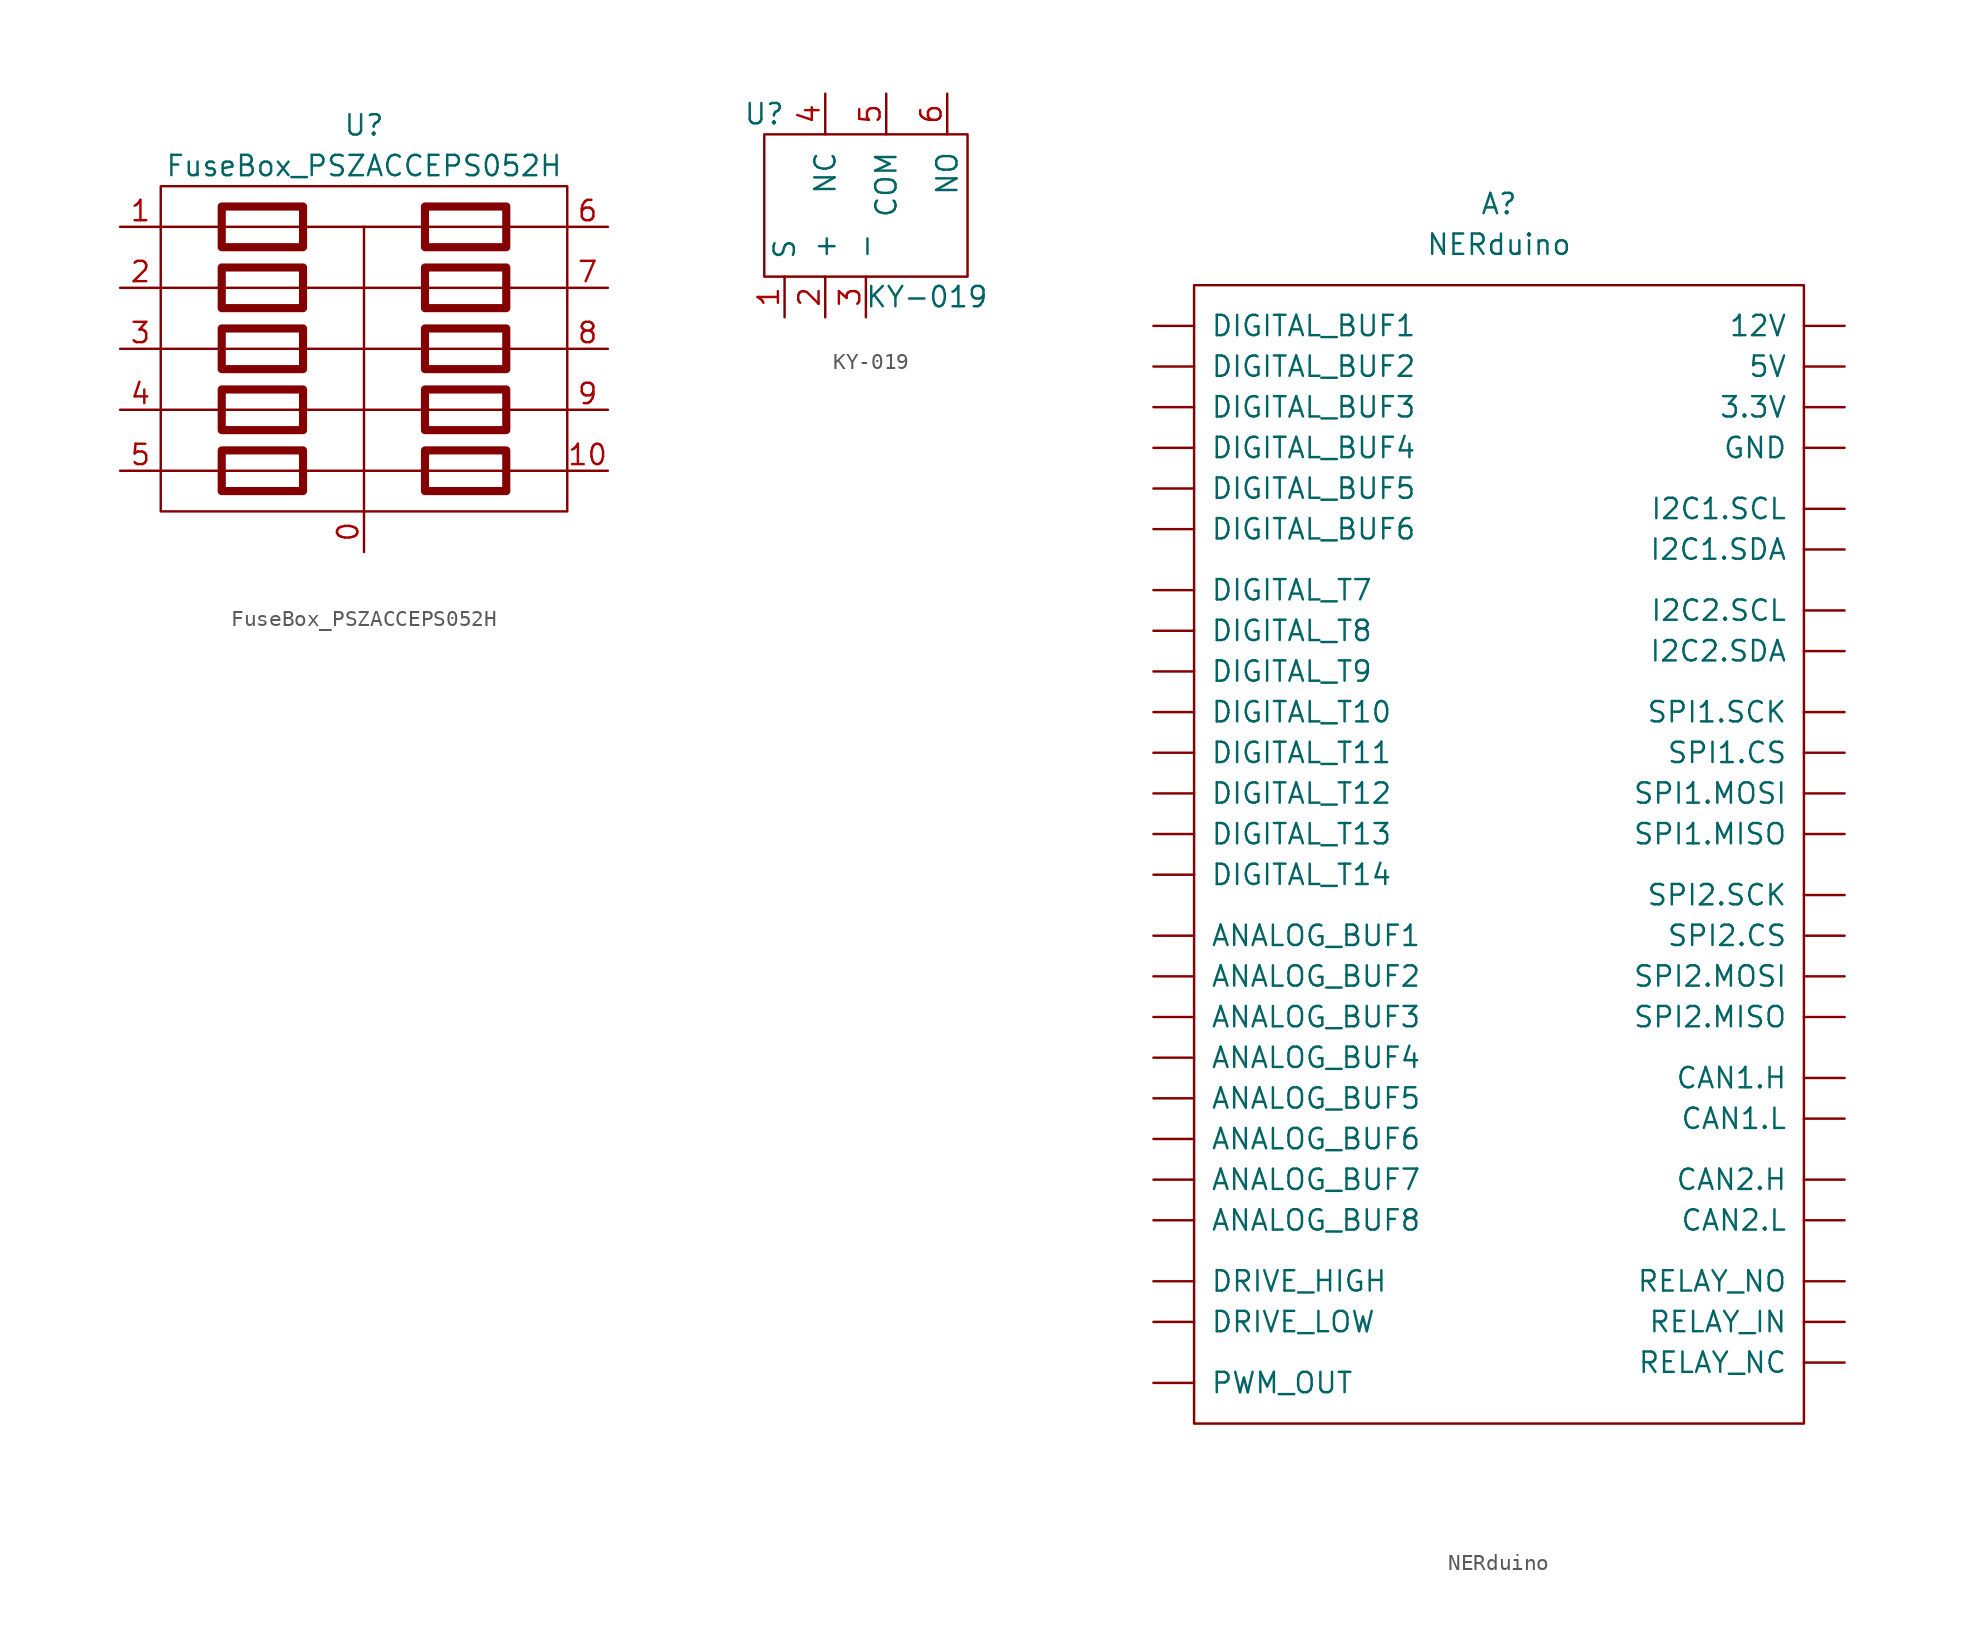
<source format=kicad_sym>
(kicad_symbol_lib
  (version 20211014)
  (generator kicad_symbol_editor)
  (symbol "FuseBox_PSZACCEPS052H"
    (pin_names
      (offset 1.016))
    (property "Reference" "U"
      (at 0 3.81 0)
      (effects (font (size 1.27 1.27))))
    (property "Value" "FuseBox_PSZACCEPS052H"
      (at 0 1.27 0)
      (effects (font (size 1.27 1.27))))
    (symbol "FuseBox_PSZACCEPS052H_0_1"
      (rectangle (start -12.7 0) (end 12.7 -20.32) (stroke (width 0) (type default) (color 0 0 0 0)) (fill (type none)))
      (polyline (pts (xy -12.7 -13.97) (xy 12.7 -13.97)) (stroke (width 0) (type default) (color 0 0 0 0)) (fill (type none)))
      (polyline (pts (xy -12.7 -6.35) (xy 12.7 -6.35)) (stroke (width 0) (type default) (color 0 0 0 0)) (fill (type none)))
      (polyline (pts (xy 0 -20.32) (xy 0 -2.54)) (stroke (width 0) (type default) (color 0 0 0 0)) (fill (type none)))
      (polyline (pts (xy 12.7 -17.78) (xy -12.7 -17.78)) (stroke (width 0) (type default) (color 0 0 0 0)) (fill (type none)))
      (polyline (pts (xy 12.7 -10.16) (xy -12.7 -10.16)) (stroke (width 0) (type default) (color 0 0 0 0)) (fill (type none)))
      (polyline (pts (xy 12.7 -2.54) (xy -12.7 -2.54)) (stroke (width 0) (type default) (color 0 0 0 0)) (fill (type none)))
      (rectangle (start 3.81 -16.51) (end 8.89 -19.05) (stroke (width 0.508) (type default) (color 0 0 0 0)) (fill (type none))))
    (symbol "FuseBox_PSZACCEPS052H_1_1"
      (rectangle (start -8.89 -16.51) (end -3.81 -19.05) (stroke (width 0.508) (type default) (color 0 0 0 0)) (fill (type none)))
      (rectangle (start -8.89 -12.7) (end -3.81 -15.24) (stroke (width 0.508) (type default) (color 0 0 0 0)) (fill (type none)))
      (rectangle (start -8.89 -8.89) (end -3.81 -11.43) (stroke (width 0.508) (type default) (color 0 0 0 0)) (fill (type none)))
      (rectangle (start -8.89 -5.08) (end -3.81 -7.62) (stroke (width 0.508) (type default) (color 0 0 0 0)) (fill (type none)))
      (rectangle (start -8.89 -1.27) (end -3.81 -3.81) (stroke (width 0.508) (type default) (color 0 0 0 0)) (fill (type none)))
      (rectangle (start 3.81 -12.7) (end 8.89 -15.24) (stroke (width 0.508) (type default) (color 0 0 0 0)) (fill (type none)))
      (rectangle (start 3.81 -8.89) (end 8.89 -11.43) (stroke (width 0.508) (type default) (color 0 0 0 0)) (fill (type none)))
      (rectangle (start 3.81 -5.08) (end 8.89 -7.62) (stroke (width 0.508) (type default) (color 0 0 0 0)) (fill (type none)))
      (rectangle (start 3.81 -1.27) (end 8.89 -3.81) (stroke (width 0.508) (type default) (color 0 0 0 0)) (fill (type none)))
      (pin power_in line (at 0 -22.86 90) (length 2.54) (name "~" (effects (font (size 1.27 1.27)))) (number "0" (effects (font (size 1.27 1.27)))))
      (pin power_out line (at -15.24 -2.54 0) (length 2.54) (name "~" (effects (font (size 1.27 1.27)))) (number "1" (effects (font (size 1.27 1.27)))))
      (pin power_out line (at 15.24 -17.78 180) (length 2.54) (name "~" (effects (font (size 1.27 1.27)))) (number "10" (effects (font (size 1.27 1.27)))))
      (pin power_out line (at -15.24 -6.35 0) (length 2.54) (name "~" (effects (font (size 1.27 1.27)))) (number "2" (effects (font (size 1.27 1.27)))))
      (pin power_out line (at -15.24 -10.16 0) (length 2.54) (name "~" (effects (font (size 1.27 1.27)))) (number "3" (effects (font (size 1.27 1.27)))))
      (pin power_out line (at -15.24 -13.97 0) (length 2.54) (name "~" (effects (font (size 1.27 1.27)))) (number "4" (effects (font (size 1.27 1.27)))))
      (pin power_out line (at -15.24 -17.78 0) (length 2.54) (name "~" (effects (font (size 1.27 1.27)))) (number "5" (effects (font (size 1.27 1.27)))))
      (pin power_out line (at 15.24 -2.54 180) (length 2.54) (name "~" (effects (font (size 1.27 1.27)))) (number "6" (effects (font (size 1.27 1.27)))))
      (pin power_out line (at 15.24 -6.35 180) (length 2.54) (name "~" (effects (font (size 1.27 1.27)))) (number "7" (effects (font (size 1.27 1.27)))))
      (pin power_out line (at 15.24 -10.16 180) (length 2.54) (name "~" (effects (font (size 1.27 1.27)))) (number "8" (effects (font (size 1.27 1.27)))))
      (pin power_out line (at 15.24 -13.97 180) (length 2.54) (name "~" (effects (font (size 1.27 1.27)))) (number "9" (effects (font (size 1.27 1.27)))))))
  (symbol "KY-019"
    (pin_names
      (offset 1.016))
    (property "Reference" "U"
      (at -6.35 5.08 0)
      (effects (font (size 1.27 1.27))))
    (property "Value" "KY-019"
      (at 3.81 -6.35 0)
      (effects (font (size 1.27 1.27))))
    (symbol "KY-019_0_1"
      (rectangle (start 6.35 3.81) (end -6.35 -5.08) (stroke (width 0) (type default) (color 0 0 0 0)) (fill (type none))))
    (symbol "KY-019_1_1"
      (pin bidirectional line (at -5.08 -7.62 90) (length 2.54) (name "S" (effects (font (size 1.27 1.27)))) (number "1" (effects (font (size 1.27 1.27)))))
      (pin bidirectional line (at -2.54 -7.62 90) (length 2.54) (name "+" (effects (font (size 1.27 1.27)))) (number "2" (effects (font (size 1.27 1.27)))))
      (pin bidirectional line (at 0 -7.62 90) (length 2.54) (name "-" (effects (font (size 1.27 1.27)))) (number "3" (effects (font (size 1.27 1.27)))))
      (pin bidirectional line (at -2.54 6.35 270) (length 2.54) (name "NC" (effects (font (size 1.27 1.27)))) (number "4" (effects (font (size 1.27 1.27)))))
      (pin bidirectional line (at 1.27 6.35 270) (length 2.54) (name "COM" (effects (font (size 1.27 1.27)))) (number "5" (effects (font (size 1.27 1.27)))))
      (pin bidirectional line (at 5.08 6.35 270) (length 2.54) (name "NO" (effects (font (size 1.27 1.27)))) (number "6" (effects (font (size 1.27 1.27)))))))
  (symbol "NERduino"
    (pin_names
      (offset 1.016))
    (property "Reference" "A"
      (at 0 43.18 0)
      (effects (font (size 1.27 1.27))))
    (property "Value" "NERduino"
      (at 0 40.64 0)
      (effects (font (size 1.27 1.27))))
    (symbol "NERduino_0_1"
      (rectangle (start -19.05 38.1) (end 19.05 -33.02) (stroke (width 0) (type default) (color 0 0 0 0)) (fill (type none))))
    (symbol "NERduino_1_1"
      (pin bidirectional line (at 21.59 35.56 180) (length 2.54) (name "12V" (effects (font (size 1.27 1.27)))) (number "~" (effects (font (size 1.27 1.27)))))
      (pin bidirectional line (at 21.59 30.48 180) (length 2.54) (name "3.3V" (effects (font (size 1.27 1.27)))) (number "~" (effects (font (size 1.27 1.27)))))
      (pin bidirectional line (at 21.59 33.02 180) (length 2.54) (name "5V" (effects (font (size 1.27 1.27)))) (number "~" (effects (font (size 1.27 1.27)))))
      (pin input line (at -21.59 -2.54 0) (length 2.54) (name "ANALOG_BUF1" (effects (font (size 1.27 1.27)))) (number "~" (effects (font (size 1.27 1.27)))))
      (pin input line (at -21.59 -5.08 0) (length 2.54) (name "ANALOG_BUF2" (effects (font (size 1.27 1.27)))) (number "~" (effects (font (size 1.27 1.27)))))
      (pin input line (at -21.59 -7.62 0) (length 2.54) (name "ANALOG_BUF3" (effects (font (size 1.27 1.27)))) (number "~" (effects (font (size 1.27 1.27)))))
      (pin input line (at -21.59 -10.16 0) (length 2.54) (name "ANALOG_BUF4" (effects (font (size 1.27 1.27)))) (number "~" (effects (font (size 1.27 1.27)))))
      (pin input line (at -21.59 -12.7 0) (length 2.54) (name "ANALOG_BUF5" (effects (font (size 1.27 1.27)))) (number "~" (effects (font (size 1.27 1.27)))))
      (pin input line (at -21.59 -15.24 0) (length 2.54) (name "ANALOG_BUF6" (effects (font (size 1.27 1.27)))) (number "~" (effects (font (size 1.27 1.27)))))
      (pin input line (at -21.59 -17.78 0) (length 2.54) (name "ANALOG_BUF7" (effects (font (size 1.27 1.27)))) (number "~" (effects (font (size 1.27 1.27)))))
      (pin input line (at -21.59 -20.32 0) (length 2.54) (name "ANALOG_BUF8" (effects (font (size 1.27 1.27)))) (number "~" (effects (font (size 1.27 1.27)))))
      (pin bidirectional line (at 21.59 -11.43 180) (length 2.54) (name "CAN1.H" (effects (font (size 1.27 1.27)))) (number "~" (effects (font (size 1.27 1.27)))))
      (pin bidirectional line (at 21.59 -13.97 180) (length 2.54) (name "CAN1.L" (effects (font (size 1.27 1.27)))) (number "~" (effects (font (size 1.27 1.27)))))
      (pin bidirectional line (at 21.59 -17.78 180) (length 2.54) (name "CAN2.H" (effects (font (size 1.27 1.27)))) (number "~" (effects (font (size 1.27 1.27)))))
      (pin bidirectional line (at 21.59 -20.32 180) (length 2.54) (name "CAN2.L" (effects (font (size 1.27 1.27)))) (number "~" (effects (font (size 1.27 1.27)))))
      (pin bidirectional line (at -21.59 35.56 0) (length 2.54) (name "DIGITAL_BUF1" (effects (font (size 1.27 1.27)))) (number "~" (effects (font (size 1.27 1.27)))))
      (pin bidirectional line (at -21.59 33.02 0) (length 2.54) (name "DIGITAL_BUF2" (effects (font (size 1.27 1.27)))) (number "~" (effects (font (size 1.27 1.27)))))
      (pin bidirectional line (at -21.59 30.48 0) (length 2.54) (name "DIGITAL_BUF3" (effects (font (size 1.27 1.27)))) (number "~" (effects (font (size 1.27 1.27)))))
      (pin bidirectional line (at -21.59 27.94 0) (length 2.54) (name "DIGITAL_BUF4" (effects (font (size 1.27 1.27)))) (number "~" (effects (font (size 1.27 1.27)))))
      (pin bidirectional line (at -21.59 25.4 0) (length 2.54) (name "DIGITAL_BUF5" (effects (font (size 1.27 1.27)))) (number "~" (effects (font (size 1.27 1.27)))))
      (pin bidirectional line (at -21.59 22.86 0) (length 2.54) (name "DIGITAL_BUF6" (effects (font (size 1.27 1.27)))) (number "~" (effects (font (size 1.27 1.27)))))
      (pin bidirectional line (at -21.59 11.43 0) (length 2.54) (name "DIGITAL_T10" (effects (font (size 1.27 1.27)))) (number "~" (effects (font (size 1.27 1.27)))))
      (pin bidirectional line (at -21.59 8.89 0) (length 2.54) (name "DIGITAL_T11" (effects (font (size 1.27 1.27)))) (number "~" (effects (font (size 1.27 1.27)))))
      (pin bidirectional line (at -21.59 6.35 0) (length 2.54) (name "DIGITAL_T12" (effects (font (size 1.27 1.27)))) (number "~" (effects (font (size 1.27 1.27)))))
      (pin bidirectional line (at -21.59 3.81 0) (length 2.54) (name "DIGITAL_T13" (effects (font (size 1.27 1.27)))) (number "~" (effects (font (size 1.27 1.27)))))
      (pin bidirectional line (at -21.59 1.27 0) (length 2.54) (name "DIGITAL_T14" (effects (font (size 1.27 1.27)))) (number "~" (effects (font (size 1.27 1.27)))))
      (pin bidirectional line (at -21.59 19.05 0) (length 2.54) (name "DIGITAL_T7" (effects (font (size 1.27 1.27)))) (number "~" (effects (font (size 1.27 1.27)))))
      (pin bidirectional line (at -21.59 16.51 0) (length 2.54) (name "DIGITAL_T8" (effects (font (size 1.27 1.27)))) (number "~" (effects (font (size 1.27 1.27)))))
      (pin bidirectional line (at -21.59 13.97 0) (length 2.54) (name "DIGITAL_T9" (effects (font (size 1.27 1.27)))) (number "~" (effects (font (size 1.27 1.27)))))
      (pin output line (at -21.59 -24.13 0) (length 2.54) (name "DRIVE_HIGH" (effects (font (size 1.27 1.27)))) (number "~" (effects (font (size 1.27 1.27)))))
      (pin input line (at -21.59 -26.67 0) (length 2.54) (name "DRIVE_LOW" (effects (font (size 1.27 1.27)))) (number "~" (effects (font (size 1.27 1.27)))))
      (pin bidirectional line (at 21.59 27.94 180) (length 2.54) (name "GND" (effects (font (size 1.27 1.27)))) (number "~" (effects (font (size 1.27 1.27)))))
      (pin bidirectional line (at 21.59 24.13 180) (length 2.54) (name "I2C1.SCL" (effects (font (size 1.27 1.27)))) (number "~" (effects (font (size 1.27 1.27)))))
      (pin bidirectional line (at 21.59 21.59 180) (length 2.54) (name "I2C1.SDA" (effects (font (size 1.27 1.27)))) (number "~" (effects (font (size 1.27 1.27)))))
      (pin bidirectional line (at 21.59 17.78 180) (length 2.54) (name "I2C2.SCL" (effects (font (size 1.27 1.27)))) (number "~" (effects (font (size 1.27 1.27)))))
      (pin bidirectional line (at 21.59 15.24 180) (length 2.54) (name "I2C2.SDA" (effects (font (size 1.27 1.27)))) (number "~" (effects (font (size 1.27 1.27)))))
      (pin output line (at -21.59 -30.48 0) (length 2.54) (name "PWM_OUT" (effects (font (size 1.27 1.27)))) (number "~" (effects (font (size 1.27 1.27)))))
      (pin bidirectional line (at 21.59 -26.67 180) (length 2.54) (name "RELAY_IN" (effects (font (size 1.27 1.27)))) (number "~" (effects (font (size 1.27 1.27)))))
      (pin bidirectional line (at 21.59 -29.21 180) (length 2.54) (name "RELAY_NC" (effects (font (size 1.27 1.27)))) (number "~" (effects (font (size 1.27 1.27)))))
      (pin bidirectional line (at 21.59 -24.13 180) (length 2.54) (name "RELAY_NO" (effects (font (size 1.27 1.27)))) (number "~" (effects (font (size 1.27 1.27)))))
      (pin bidirectional line (at 21.59 8.89 180) (length 2.54) (name "SPI1.CS" (effects (font (size 1.27 1.27)))) (number "~" (effects (font (size 1.27 1.27)))))
      (pin bidirectional line (at 21.59 3.81 180) (length 2.54) (name "SPI1.MISO" (effects (font (size 1.27 1.27)))) (number "~" (effects (font (size 1.27 1.27)))))
      (pin bidirectional line (at 21.59 6.35 180) (length 2.54) (name "SPI1.MOSI" (effects (font (size 1.27 1.27)))) (number "~" (effects (font (size 1.27 1.27)))))
      (pin bidirectional line (at 21.59 11.43 180) (length 2.54) (name "SPI1.SCK" (effects (font (size 1.27 1.27)))) (number "~" (effects (font (size 1.27 1.27)))))
      (pin bidirectional line (at 21.59 -2.54 180) (length 2.54) (name "SPI2.CS" (effects (font (size 1.27 1.27)))) (number "~" (effects (font (size 1.27 1.27)))))
      (pin bidirectional line (at 21.59 -7.62 180) (length 2.54) (name "SPI2.MISO" (effects (font (size 1.27 1.27)))) (number "~" (effects (font (size 1.27 1.27)))))
      (pin bidirectional line (at 21.59 -5.08 180) (length 2.54) (name "SPI2.MOSI" (effects (font (size 1.27 1.27)))) (number "~" (effects (font (size 1.27 1.27)))))
      (pin bidirectional line (at 21.59 0 180) (length 2.54) (name "SPI2.SCK" (effects (font (size 1.27 1.27)))) (number "~" (effects (font (size 1.27 1.27))))))))
</source>
